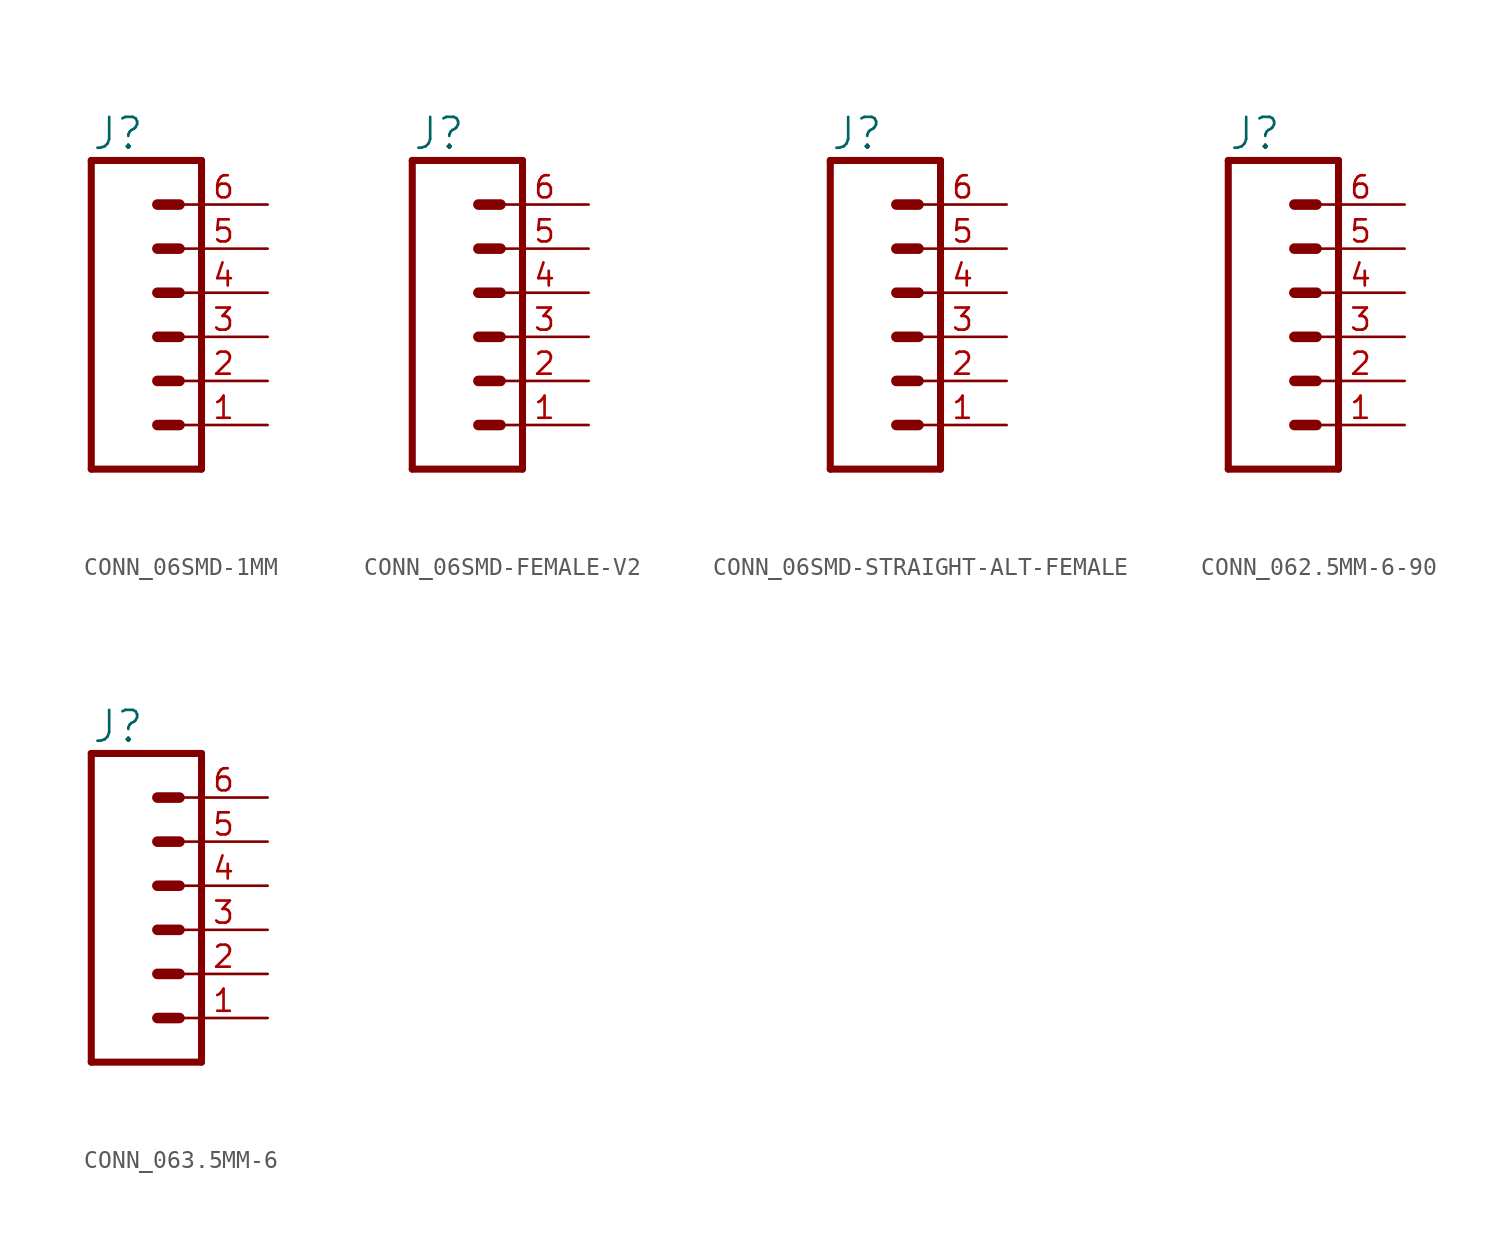
<source format=kicad_sym>
(kicad_symbol_lib
  (version 20231120)
  (generator "kicad_symbol_editor")
  (generator_version "8.0")
  (symbol "CONN_06SMD-1MM"
    (property "Reference" "J"
      (at -5.08 10.668 0)
      (effects (font (size 1.778 1.778)) (justify left bottom)))
    (property "Value" ""
      (at -5.08 -9.906 0)
      (effects (font (size 1.778 1.778)) (justify left bottom)))
    (property "ki_locked" ""
      (at 0 0 0)
      (effects (font (size 1.27 1.27))))
    (symbol "CONN_06SMD-1MM_1_0"
      (polyline (pts (xy -5.08 10.16) (xy -5.08 -7.62)) (stroke (width 0.406) (type solid)) (fill (type none)))
      (polyline (pts (xy -5.08 10.16) (xy 1.27 10.16)) (stroke (width 0.406) (type solid)) (fill (type none)))
      (polyline (pts (xy -1.27 -5.08) (xy 0 -5.08)) (stroke (width 0.61) (type solid)) (fill (type none)))
      (polyline (pts (xy -1.27 -2.54) (xy 0 -2.54)) (stroke (width 0.61) (type solid)) (fill (type none)))
      (polyline (pts (xy -1.27 0) (xy 0 0)) (stroke (width 0.61) (type solid)) (fill (type none)))
      (polyline (pts (xy -1.27 2.54) (xy 0 2.54)) (stroke (width 0.61) (type solid)) (fill (type none)))
      (polyline (pts (xy -1.27 5.08) (xy 0 5.08)) (stroke (width 0.61) (type solid)) (fill (type none)))
      (polyline (pts (xy -1.27 7.62) (xy 0 7.62)) (stroke (width 0.61) (type solid)) (fill (type none)))
      (polyline (pts (xy 1.27 -7.62) (xy -5.08 -7.62)) (stroke (width 0.406) (type solid)) (fill (type none)))
      (polyline (pts (xy 1.27 -7.62) (xy 1.27 10.16)) (stroke (width 0.406) (type solid)) (fill (type none)))
      (pin passive line (at 5.08 -5.08 180) (length 5.08) (name "1" (effects (font (size 0 0)))) (number "1" (effects (font (size 1.27 1.27)))))
      (pin passive line (at 5.08 -2.54 180) (length 5.08) (name "2" (effects (font (size 0 0)))) (number "2" (effects (font (size 1.27 1.27)))))
      (pin passive line (at 5.08 0 180) (length 5.08) (name "3" (effects (font (size 0 0)))) (number "3" (effects (font (size 1.27 1.27)))))
      (pin passive line (at 5.08 2.54 180) (length 5.08) (name "4" (effects (font (size 0 0)))) (number "4" (effects (font (size 1.27 1.27)))))
      (pin passive line (at 5.08 5.08 180) (length 5.08) (name "5" (effects (font (size 0 0)))) (number "5" (effects (font (size 1.27 1.27)))))
      (pin passive line (at 5.08 7.62 180) (length 5.08) (name "6" (effects (font (size 0 0)))) (number "6" (effects (font (size 1.27 1.27)))))))
  (symbol "CONN_06SMD-FEMALE-V2"
    (property "Reference" "J"
      (at -5.08 10.668 0)
      (effects (font (size 1.778 1.778)) (justify left bottom)))
    (property "Value" ""
      (at -5.08 -9.906 0)
      (effects (font (size 1.778 1.778)) (justify left bottom)))
    (property "ki_locked" ""
      (at 0 0 0)
      (effects (font (size 1.27 1.27))))
    (symbol "CONN_06SMD-FEMALE-V2_1_0"
      (polyline (pts (xy -5.08 10.16) (xy -5.08 -7.62)) (stroke (width 0.406) (type solid)) (fill (type none)))
      (polyline (pts (xy -5.08 10.16) (xy 1.27 10.16)) (stroke (width 0.406) (type solid)) (fill (type none)))
      (polyline (pts (xy -1.27 -5.08) (xy 0 -5.08)) (stroke (width 0.61) (type solid)) (fill (type none)))
      (polyline (pts (xy -1.27 -2.54) (xy 0 -2.54)) (stroke (width 0.61) (type solid)) (fill (type none)))
      (polyline (pts (xy -1.27 0) (xy 0 0)) (stroke (width 0.61) (type solid)) (fill (type none)))
      (polyline (pts (xy -1.27 2.54) (xy 0 2.54)) (stroke (width 0.61) (type solid)) (fill (type none)))
      (polyline (pts (xy -1.27 5.08) (xy 0 5.08)) (stroke (width 0.61) (type solid)) (fill (type none)))
      (polyline (pts (xy -1.27 7.62) (xy 0 7.62)) (stroke (width 0.61) (type solid)) (fill (type none)))
      (polyline (pts (xy 1.27 -7.62) (xy -5.08 -7.62)) (stroke (width 0.406) (type solid)) (fill (type none)))
      (polyline (pts (xy 1.27 -7.62) (xy 1.27 10.16)) (stroke (width 0.406) (type solid)) (fill (type none)))
      (pin passive line (at 5.08 -5.08 180) (length 5.08) (name "1" (effects (font (size 0 0)))) (number "1" (effects (font (size 1.27 1.27)))))
      (pin passive line (at 5.08 -2.54 180) (length 5.08) (name "2" (effects (font (size 0 0)))) (number "2" (effects (font (size 1.27 1.27)))))
      (pin passive line (at 5.08 0 180) (length 5.08) (name "3" (effects (font (size 0 0)))) (number "3" (effects (font (size 1.27 1.27)))))
      (pin passive line (at 5.08 2.54 180) (length 5.08) (name "4" (effects (font (size 0 0)))) (number "4" (effects (font (size 1.27 1.27)))))
      (pin passive line (at 5.08 5.08 180) (length 5.08) (name "5" (effects (font (size 0 0)))) (number "5" (effects (font (size 1.27 1.27)))))
      (pin passive line (at 5.08 7.62 180) (length 5.08) (name "6" (effects (font (size 0 0)))) (number "6" (effects (font (size 1.27 1.27)))))))
  (symbol "CONN_06SMD-STRAIGHT-ALT-FEMALE"
    (property "Reference" "J"
      (at -5.08 10.668 0)
      (effects (font (size 1.778 1.778)) (justify left bottom)))
    (property "Value" ""
      (at -5.08 -9.906 0)
      (effects (font (size 1.778 1.778)) (justify left bottom)))
    (property "ki_locked" ""
      (at 0 0 0)
      (effects (font (size 1.27 1.27))))
    (symbol "CONN_06SMD-STRAIGHT-ALT-FEMALE_1_0"
      (polyline (pts (xy -5.08 10.16) (xy -5.08 -7.62)) (stroke (width 0.406) (type solid)) (fill (type none)))
      (polyline (pts (xy -5.08 10.16) (xy 1.27 10.16)) (stroke (width 0.406) (type solid)) (fill (type none)))
      (polyline (pts (xy -1.27 -5.08) (xy 0 -5.08)) (stroke (width 0.61) (type solid)) (fill (type none)))
      (polyline (pts (xy -1.27 -2.54) (xy 0 -2.54)) (stroke (width 0.61) (type solid)) (fill (type none)))
      (polyline (pts (xy -1.27 0) (xy 0 0)) (stroke (width 0.61) (type solid)) (fill (type none)))
      (polyline (pts (xy -1.27 2.54) (xy 0 2.54)) (stroke (width 0.61) (type solid)) (fill (type none)))
      (polyline (pts (xy -1.27 5.08) (xy 0 5.08)) (stroke (width 0.61) (type solid)) (fill (type none)))
      (polyline (pts (xy -1.27 7.62) (xy 0 7.62)) (stroke (width 0.61) (type solid)) (fill (type none)))
      (polyline (pts (xy 1.27 -7.62) (xy -5.08 -7.62)) (stroke (width 0.406) (type solid)) (fill (type none)))
      (polyline (pts (xy 1.27 -7.62) (xy 1.27 10.16)) (stroke (width 0.406) (type solid)) (fill (type none)))
      (pin passive line (at 5.08 -5.08 180) (length 5.08) (name "1" (effects (font (size 0 0)))) (number "1" (effects (font (size 1.27 1.27)))))
      (pin passive line (at 5.08 -2.54 180) (length 5.08) (name "2" (effects (font (size 0 0)))) (number "2" (effects (font (size 1.27 1.27)))))
      (pin passive line (at 5.08 0 180) (length 5.08) (name "3" (effects (font (size 0 0)))) (number "3" (effects (font (size 1.27 1.27)))))
      (pin passive line (at 5.08 2.54 180) (length 5.08) (name "4" (effects (font (size 0 0)))) (number "4" (effects (font (size 1.27 1.27)))))
      (pin passive line (at 5.08 5.08 180) (length 5.08) (name "5" (effects (font (size 0 0)))) (number "5" (effects (font (size 1.27 1.27)))))
      (pin passive line (at 5.08 7.62 180) (length 5.08) (name "6" (effects (font (size 0 0)))) (number "6" (effects (font (size 1.27 1.27)))))))
  (symbol "CONN_062.5MM-6-90"
    (property "Reference" "J"
      (at -5.08 10.668 0)
      (effects (font (size 1.778 1.778)) (justify left bottom)))
    (property "Value" ""
      (at -5.08 -9.906 0)
      (effects (font (size 1.778 1.778)) (justify left bottom)))
    (property "ki_locked" ""
      (at 0 0 0)
      (effects (font (size 1.27 1.27))))
    (symbol "CONN_062.5MM-6-90_1_0"
      (polyline (pts (xy -5.08 10.16) (xy -5.08 -7.62)) (stroke (width 0.406) (type solid)) (fill (type none)))
      (polyline (pts (xy -5.08 10.16) (xy 1.27 10.16)) (stroke (width 0.406) (type solid)) (fill (type none)))
      (polyline (pts (xy -1.27 -5.08) (xy 0 -5.08)) (stroke (width 0.61) (type solid)) (fill (type none)))
      (polyline (pts (xy -1.27 -2.54) (xy 0 -2.54)) (stroke (width 0.61) (type solid)) (fill (type none)))
      (polyline (pts (xy -1.27 0) (xy 0 0)) (stroke (width 0.61) (type solid)) (fill (type none)))
      (polyline (pts (xy -1.27 2.54) (xy 0 2.54)) (stroke (width 0.61) (type solid)) (fill (type none)))
      (polyline (pts (xy -1.27 5.08) (xy 0 5.08)) (stroke (width 0.61) (type solid)) (fill (type none)))
      (polyline (pts (xy -1.27 7.62) (xy 0 7.62)) (stroke (width 0.61) (type solid)) (fill (type none)))
      (polyline (pts (xy 1.27 -7.62) (xy -5.08 -7.62)) (stroke (width 0.406) (type solid)) (fill (type none)))
      (polyline (pts (xy 1.27 -7.62) (xy 1.27 10.16)) (stroke (width 0.406) (type solid)) (fill (type none)))
      (pin passive line (at 5.08 -5.08 180) (length 5.08) (name "1" (effects (font (size 0 0)))) (number "1" (effects (font (size 1.27 1.27)))))
      (pin passive line (at 5.08 -2.54 180) (length 5.08) (name "2" (effects (font (size 0 0)))) (number "2" (effects (font (size 1.27 1.27)))))
      (pin passive line (at 5.08 0 180) (length 5.08) (name "3" (effects (font (size 0 0)))) (number "3" (effects (font (size 1.27 1.27)))))
      (pin passive line (at 5.08 2.54 180) (length 5.08) (name "4" (effects (font (size 0 0)))) (number "4" (effects (font (size 1.27 1.27)))))
      (pin passive line (at 5.08 5.08 180) (length 5.08) (name "5" (effects (font (size 0 0)))) (number "5" (effects (font (size 1.27 1.27)))))
      (pin passive line (at 5.08 7.62 180) (length 5.08) (name "6" (effects (font (size 0 0)))) (number "6" (effects (font (size 1.27 1.27)))))))
  (symbol "CONN_063.5MM-6"
    (property "Reference" "J"
      (at -5.08 10.668 0)
      (effects (font (size 1.778 1.778)) (justify left bottom)))
    (property "Value" ""
      (at -5.08 -9.906 0)
      (effects (font (size 1.778 1.778)) (justify left bottom)))
    (property "ki_locked" ""
      (at 0 0 0)
      (effects (font (size 1.27 1.27))))
    (symbol "CONN_063.5MM-6_1_0"
      (polyline (pts (xy -5.08 10.16) (xy -5.08 -7.62)) (stroke (width 0.406) (type solid)) (fill (type none)))
      (polyline (pts (xy -5.08 10.16) (xy 1.27 10.16)) (stroke (width 0.406) (type solid)) (fill (type none)))
      (polyline (pts (xy -1.27 -5.08) (xy 0 -5.08)) (stroke (width 0.61) (type solid)) (fill (type none)))
      (polyline (pts (xy -1.27 -2.54) (xy 0 -2.54)) (stroke (width 0.61) (type solid)) (fill (type none)))
      (polyline (pts (xy -1.27 0) (xy 0 0)) (stroke (width 0.61) (type solid)) (fill (type none)))
      (polyline (pts (xy -1.27 2.54) (xy 0 2.54)) (stroke (width 0.61) (type solid)) (fill (type none)))
      (polyline (pts (xy -1.27 5.08) (xy 0 5.08)) (stroke (width 0.61) (type solid)) (fill (type none)))
      (polyline (pts (xy -1.27 7.62) (xy 0 7.62)) (stroke (width 0.61) (type solid)) (fill (type none)))
      (polyline (pts (xy 1.27 -7.62) (xy -5.08 -7.62)) (stroke (width 0.406) (type solid)) (fill (type none)))
      (polyline (pts (xy 1.27 -7.62) (xy 1.27 10.16)) (stroke (width 0.406) (type solid)) (fill (type none)))
      (pin passive line (at 5.08 -5.08 180) (length 5.08) (name "1" (effects (font (size 0 0)))) (number "1" (effects (font (size 1.27 1.27)))))
      (pin passive line (at 5.08 -2.54 180) (length 5.08) (name "2" (effects (font (size 0 0)))) (number "2" (effects (font (size 1.27 1.27)))))
      (pin passive line (at 5.08 0 180) (length 5.08) (name "3" (effects (font (size 0 0)))) (number "3" (effects (font (size 1.27 1.27)))))
      (pin passive line (at 5.08 2.54 180) (length 5.08) (name "4" (effects (font (size 0 0)))) (number "4" (effects (font (size 1.27 1.27)))))
      (pin passive line (at 5.08 5.08 180) (length 5.08) (name "5" (effects (font (size 0 0)))) (number "5" (effects (font (size 1.27 1.27)))))
      (pin passive line (at 5.08 7.62 180) (length 5.08) (name "6" (effects (font (size 0 0)))) (number "6" (effects (font (size 1.27 1.27))))))))
</source>
